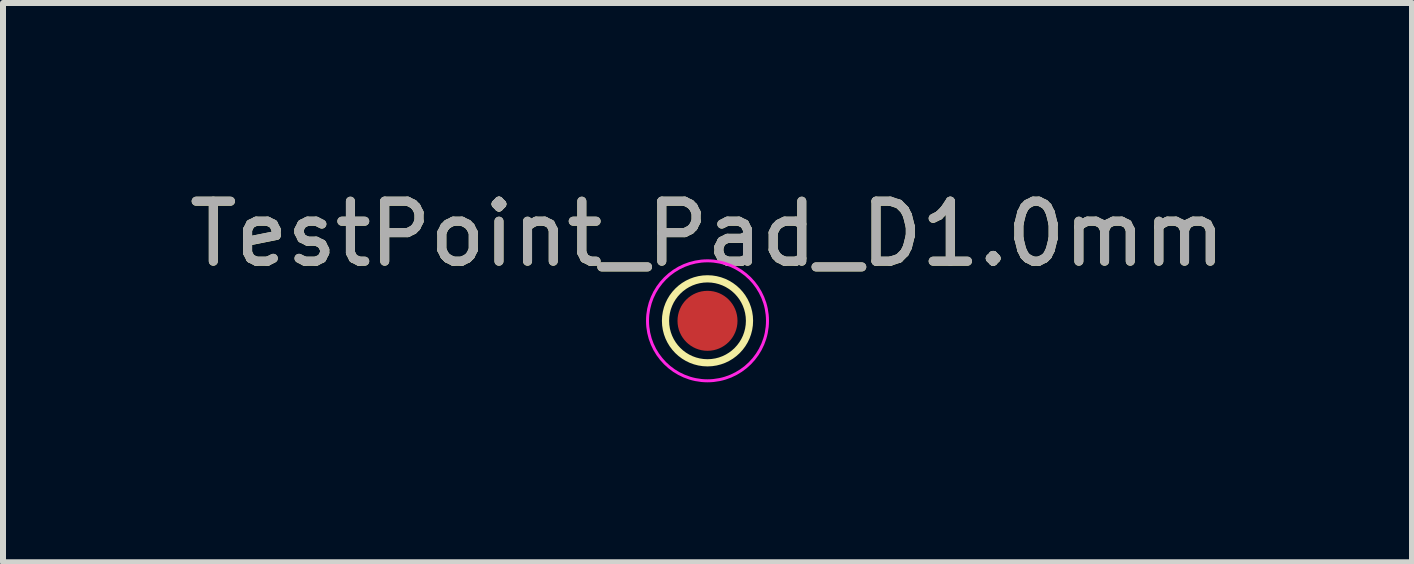
<source format=kicad_pcb>
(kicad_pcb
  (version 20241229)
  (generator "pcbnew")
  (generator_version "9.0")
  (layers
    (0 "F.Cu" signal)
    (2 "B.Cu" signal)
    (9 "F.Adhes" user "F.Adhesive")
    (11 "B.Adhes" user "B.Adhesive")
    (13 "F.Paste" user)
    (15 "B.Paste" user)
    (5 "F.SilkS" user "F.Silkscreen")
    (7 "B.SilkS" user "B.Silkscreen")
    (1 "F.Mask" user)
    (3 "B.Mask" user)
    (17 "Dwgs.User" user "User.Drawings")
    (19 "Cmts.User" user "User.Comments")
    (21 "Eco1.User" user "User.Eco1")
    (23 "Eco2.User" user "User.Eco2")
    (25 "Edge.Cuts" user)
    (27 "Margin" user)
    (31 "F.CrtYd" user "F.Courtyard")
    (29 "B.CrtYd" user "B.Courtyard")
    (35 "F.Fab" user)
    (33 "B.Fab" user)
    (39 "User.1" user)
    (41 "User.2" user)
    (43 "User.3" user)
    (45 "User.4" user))
  (footprint "TestPoint_Pad_D1.0mm"
    (layer "F.Cu")
    (at 8.744 2.298)
    (property "Reference" "TestPoint_Pad_D1.0mm" (at 0 -1.448 0) (layer "F.SilkS") (effects (font (size 1 1) (thickness 0.15))))
    (attr exclude_from_pos_files exclude_from_bom)
    (fp_circle (center 0 0) (end 0 0.7) (stroke (width 0.12) (type solid)) (fill no) (layer "F.SilkS"))
    (fp_circle (center 0 0) (end 1 0) (stroke (width 0.05) (type solid)) (fill no) (layer "F.CrtYd"))
    (fp_text user "${REFERENCE}" (at 0 -1.45 0) (layer "F.Fab") (effects (font (size 1 1) (thickness 0.15))))
    (pad "1" smd circle (at 0 0) (size 1 1) (property pad_prop_testpoint) (layers "F.Cu" "F.Mask")))
  (gr_rect
    (start -3 -3)
    (end 20.488 6.323)
    (stroke (width 0.1) (type default))
    (fill no)
    (layer "Edge.Cuts")))
</source>
